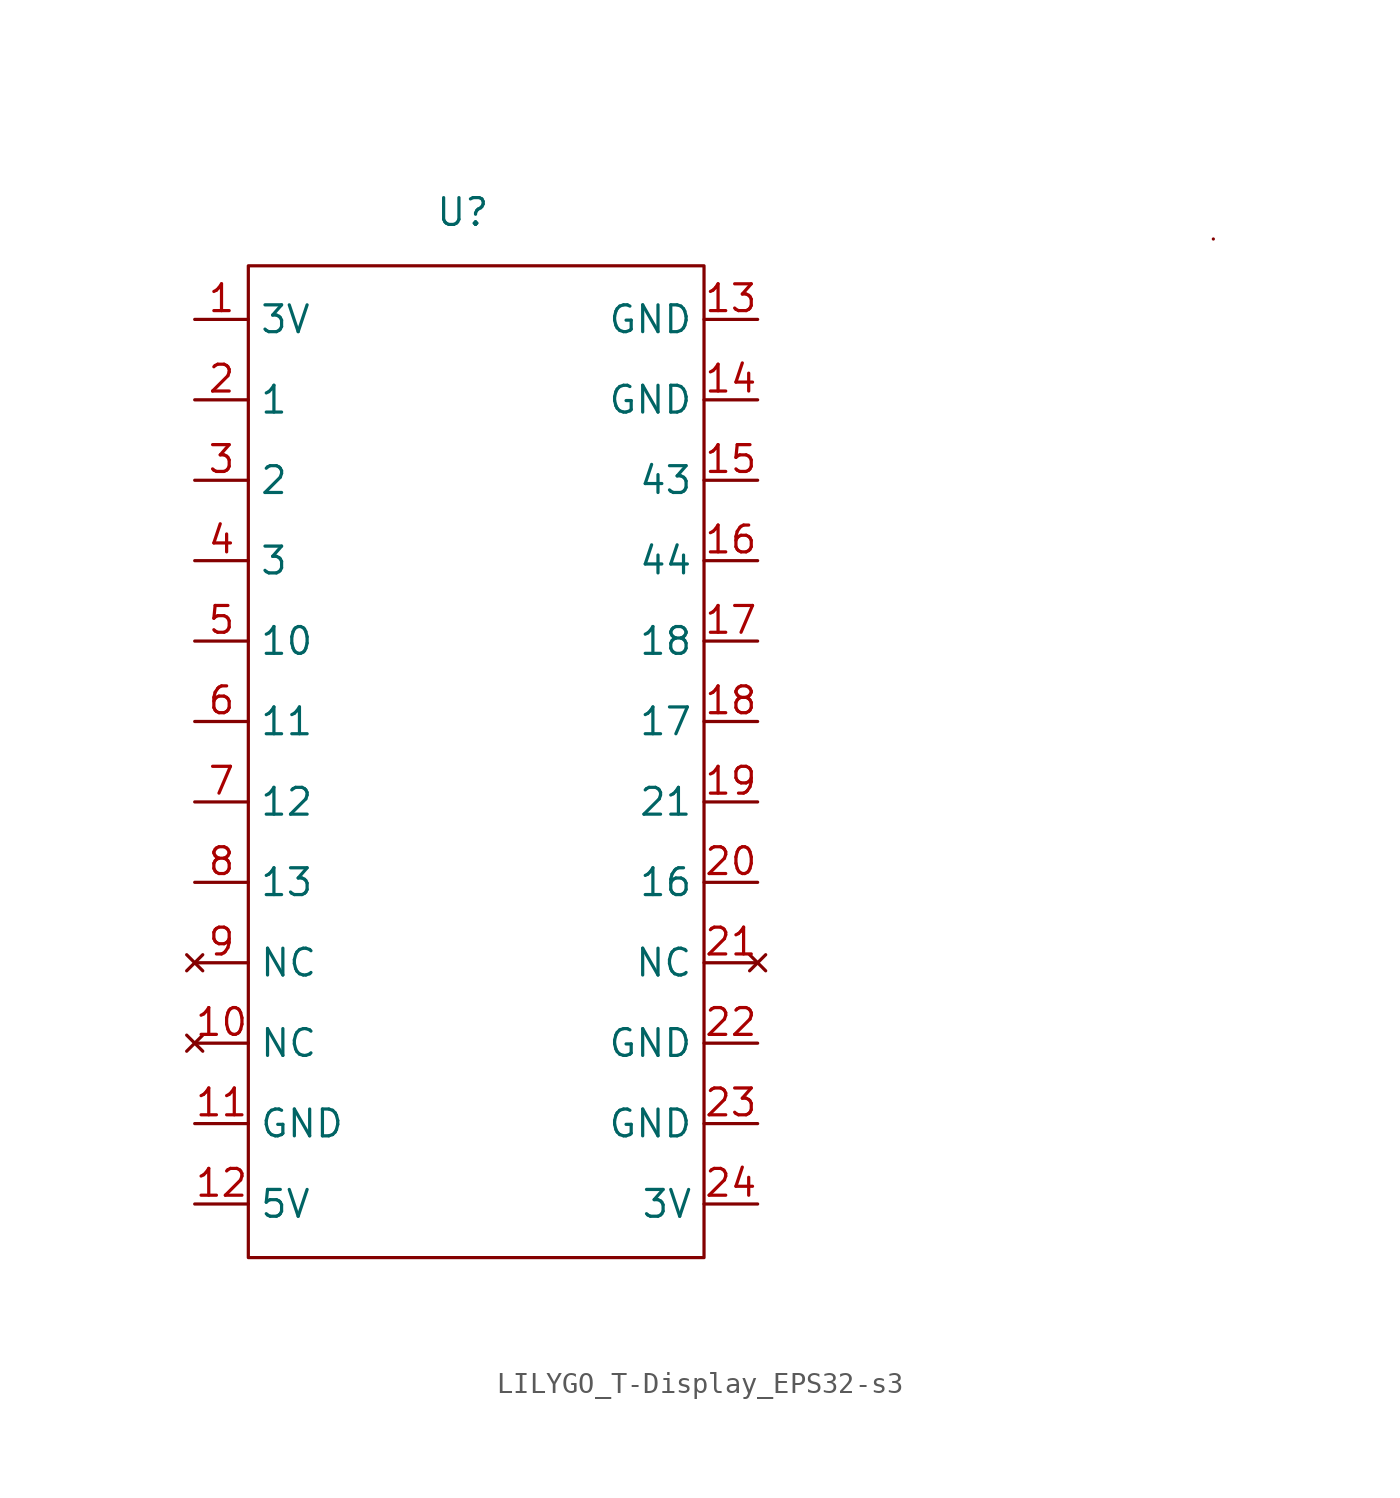
<source format=kicad_sym>
(kicad_symbol_lib
  (version 20241209)
  (generator "kicad_symbol_editor")
  (generator_version "9.0")
  (symbol "LILYGO_T-Display_EPS32-s3"
    (property "Reference" "U"
      (at 0 0 0)
      (effects (font (size 1.27 1.27))))
    (property "Value" ""
      (at 0 0 0)
      (effects (font (size 1.27 1.27))))
    (symbol "LILYGO_T-Display_EPS32-s3_0_1"
      (rectangle (start -10.16 -2.54) (end 11.43 -49.53) (stroke (width 0) (type default)) (fill (type none)))
      (rectangle (start 35.56 -1.27) (end 35.56 -1.27) (stroke (width 0) (type default)) (fill (type none))))
    (symbol "LILYGO_T-Display_EPS32-s3_1_0"
      (pin input line (at 13.97 -20.32 180) (length 2.54) (name "18" (effects (font (size 1.27 1.27)))) (number "17" (effects (font (size 1.27 1.27)))) (alternate "ADC2_CH7" bidirectional line) (alternate "RXD" input line) (alternate "SDA" bidirectional line)))
    (symbol "LILYGO_T-Display_EPS32-s3_1_1"
      (pin power_out line (at -12.7 -5.08 0) (length 2.54) (name "3V" (effects (font (size 1.27 1.27)))) (number "1" (effects (font (size 1.27 1.27)))))
      (pin input line (at -12.7 -8.89 0) (length 2.54) (name "1" (effects (font (size 1.27 1.27)))) (number "2" (effects (font (size 1.27 1.27)))))
      (pin input line (at -12.7 -12.7 0) (length 2.54) (name "2" (effects (font (size 1.27 1.27)))) (number "3" (effects (font (size 1.27 1.27)))))
      (pin input line (at -12.7 -16.51 0) (length 2.54) (name "3" (effects (font (size 1.27 1.27)))) (number "4" (effects (font (size 1.27 1.27)))))
      (pin input line (at -12.7 -20.32 0) (length 2.54) (name "10" (effects (font (size 1.27 1.27)))) (number "5" (effects (font (size 1.27 1.27)))))
      (pin input line (at -12.7 -24.13 0) (length 2.54) (name "11" (effects (font (size 1.27 1.27)))) (number "6" (effects (font (size 1.27 1.27)))))
      (pin input line (at -12.7 -27.94 0) (length 2.54) (name "12" (effects (font (size 1.27 1.27)))) (number "7" (effects (font (size 1.27 1.27)))))
      (pin input line (at -12.7 -31.75 0) (length 2.54) (name "13" (effects (font (size 1.27 1.27)))) (number "8" (effects (font (size 1.27 1.27)))))
      (pin no_connect line (at -12.7 -35.56 0) (length 2.54) (name "NC" (effects (font (size 1.27 1.27)))) (number "9" (effects (font (size 1.27 1.27)))))
      (pin no_connect line (at -12.7 -39.37 0) (length 2.54) (name "NC" (effects (font (size 1.27 1.27)))) (number "10" (effects (font (size 1.27 1.27)))))
      (pin power_in line (at -12.7 -43.18 0) (length 2.54) (name "GND" (effects (font (size 1.27 1.27)))) (number "11" (effects (font (size 1.27 1.27)))))
      (pin power_in line (at -12.7 -46.99 0) (length 2.54) (name "5V" (effects (font (size 1.27 1.27)))) (number "12" (effects (font (size 1.27 1.27)))))
      (pin power_in line (at 13.97 -5.08 180) (length 2.54) (name "GND" (effects (font (size 1.27 1.27)))) (number "13" (effects (font (size 1.27 1.27)))))
      (pin power_in line (at 13.97 -8.89 180) (length 2.54) (name "GND" (effects (font (size 1.27 1.27)))) (number "14" (effects (font (size 1.27 1.27)))))
      (pin input line (at 13.97 -12.7 180) (length 2.54) (name "43" (effects (font (size 1.27 1.27)))) (number "15" (effects (font (size 1.27 1.27)))) (alternate "CLK_OUT1" input line))
      (pin input line (at 13.97 -16.51 180) (length 2.54) (name "44" (effects (font (size 1.27 1.27)))) (number "16" (effects (font (size 1.27 1.27)))) (alternate "CLK_OUT2" input line))
      (pin input line (at 13.97 -24.13 180) (length 2.54) (name "17" (effects (font (size 1.27 1.27)))) (number "18" (effects (font (size 1.27 1.27)))) (alternate "ADC2_CH6" bidirectional line) (alternate "SCL" bidirectional line) (alternate "TXD" input line))
      (pin input line (at 13.97 -27.94 180) (length 2.54) (name "21" (effects (font (size 1.27 1.27)))) (number "19" (effects (font (size 1.27 1.27)))))
      (pin input line (at 13.97 -31.75 180) (length 2.54) (name "16" (effects (font (size 1.27 1.27)))) (number "20" (effects (font (size 1.27 1.27)))))
      (pin no_connect line (at 13.97 -35.56 180) (length 2.54) (name "NC" (effects (font (size 1.27 1.27)))) (number "21" (effects (font (size 1.27 1.27)))))
      (pin power_in line (at 13.97 -39.37 180) (length 2.54) (name "GND" (effects (font (size 1.27 1.27)))) (number "22" (effects (font (size 1.27 1.27)))))
      (pin power_in line (at 13.97 -43.18 180) (length 2.54) (name "GND" (effects (font (size 1.27 1.27)))) (number "23" (effects (font (size 1.27 1.27)))))
      (pin power_out line (at 13.97 -46.99 180) (length 2.54) (name "3V" (effects (font (size 1.27 1.27)))) (number "24" (effects (font (size 1.27 1.27))))))))
</source>
